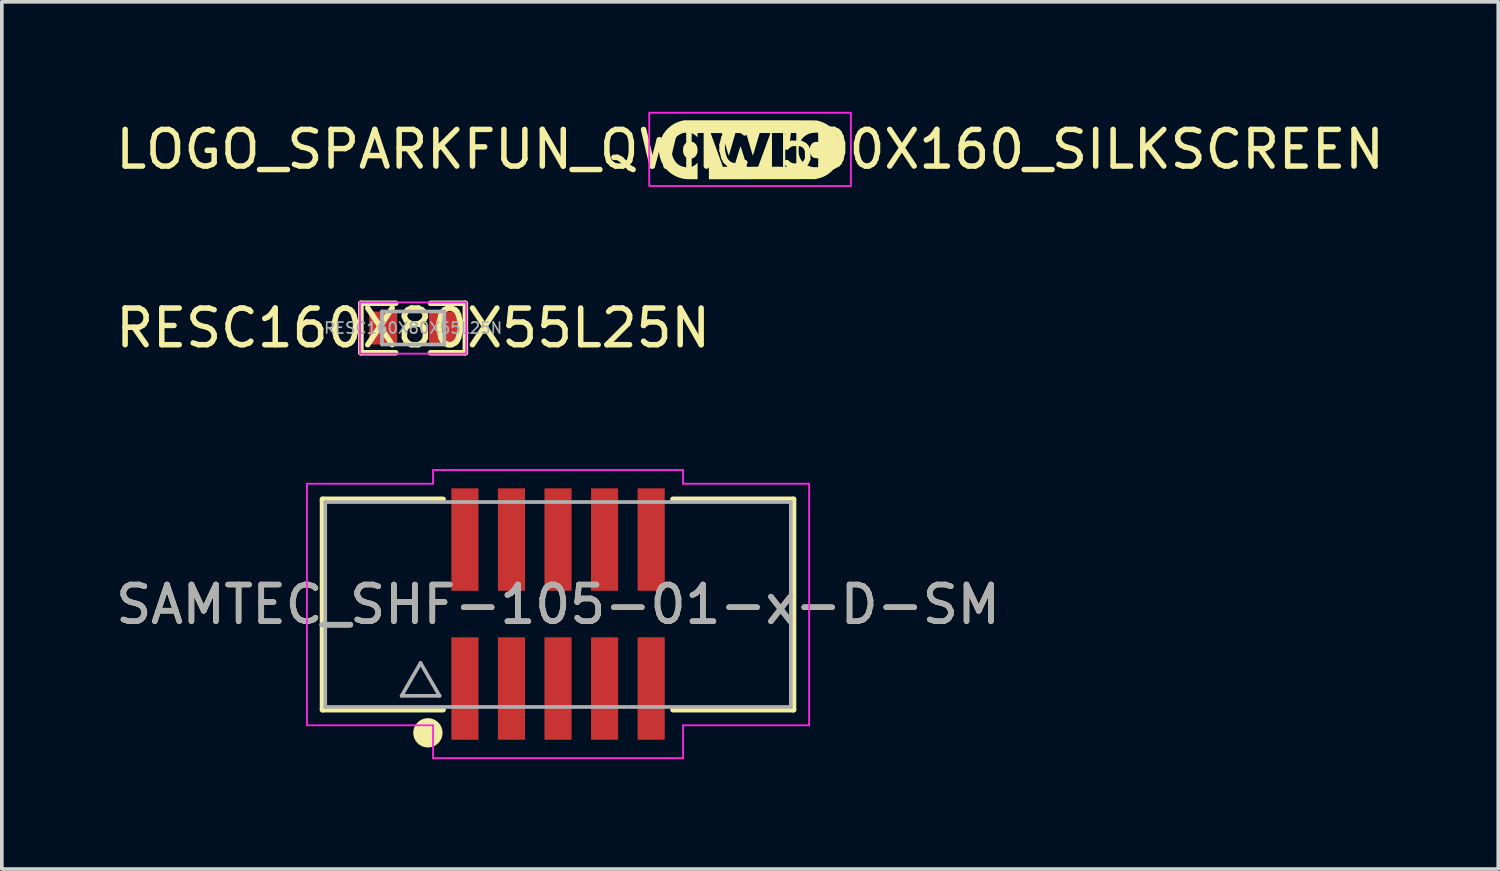
<source format=kicad_pcb>
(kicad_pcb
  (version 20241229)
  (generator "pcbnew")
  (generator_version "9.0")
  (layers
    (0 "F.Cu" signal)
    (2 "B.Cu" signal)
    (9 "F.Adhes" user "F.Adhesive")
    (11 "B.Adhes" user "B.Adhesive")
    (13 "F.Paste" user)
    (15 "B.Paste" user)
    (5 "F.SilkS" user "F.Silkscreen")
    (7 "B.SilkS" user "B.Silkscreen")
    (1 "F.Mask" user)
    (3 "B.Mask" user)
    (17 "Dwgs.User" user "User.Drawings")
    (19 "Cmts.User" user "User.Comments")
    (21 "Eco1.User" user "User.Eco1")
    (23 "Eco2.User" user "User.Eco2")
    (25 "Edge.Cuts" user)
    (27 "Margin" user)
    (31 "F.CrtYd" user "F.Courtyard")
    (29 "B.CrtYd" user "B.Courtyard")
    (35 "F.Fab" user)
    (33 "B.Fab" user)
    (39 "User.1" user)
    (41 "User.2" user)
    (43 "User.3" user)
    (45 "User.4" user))
  (footprint "SAMTEC_SHF-105-01-x-D-SM"
    (layer "F.Cu")
    (at 12.173 13.441)
    (property "Reference" "SAMTEC_SHF-105-01-x-D-SM" (at 0 0 0) (layer "F.SilkS") (effects (font (size 1 1) (thickness 0.15))))
    (attr smd)
    (fp_line (start -6.425 -2.87) (end -3.135 -2.87) (stroke (width 0.15) (type solid)) (layer "F.SilkS"))
    (fp_line (start -6.425 2.87) (end -6.425 -2.87) (stroke (width 0.15) (type solid)) (layer "F.SilkS"))
    (fp_line (start -3.135 2.87) (end -6.425 2.87) (stroke (width 0.15) (type solid)) (layer "F.SilkS"))
    (fp_line (start 3.135 -2.87) (end 6.425 -2.87) (stroke (width 0.15) (type solid)) (layer "F.SilkS"))
    (fp_line (start 6.425 -2.87) (end 6.425 2.87) (stroke (width 0.15) (type solid)) (layer "F.SilkS"))
    (fp_line (start 6.425 2.87) (end 3.135 2.87) (stroke (width 0.15) (type solid)) (layer "F.SilkS"))
    (fp_circle (center -3.55 3.5) (end -3.55 3.7) (stroke (width 0.4) (type solid)) (fill no) (layer "F.SilkS"))
    (fp_line (start -6.85 -3.295) (end -6.85 3.295) (stroke (width 0.05) (type solid)) (layer "F.CrtYd"))
    (fp_line (start -6.85 3.295) (end -3.41 3.295) (stroke (width 0.05) (type solid)) (layer "F.CrtYd"))
    (fp_line (start -3.41 -3.67) (end -3.41 -3.295) (stroke (width 0.05) (type solid)) (layer "F.CrtYd"))
    (fp_line (start -3.41 -3.295) (end -6.85 -3.295) (stroke (width 0.05) (type solid)) (layer "F.CrtYd"))
    (fp_line (start -3.41 3.295) (end -3.41 4.19) (stroke (width 0.05) (type solid)) (layer "F.CrtYd"))
    (fp_line (start -3.41 4.19) (end 3.41 4.19) (stroke (width 0.05) (type solid)) (layer "F.CrtYd"))
    (fp_line (start 3.41 -3.67) (end -3.41 -3.67) (stroke (width 0.05) (type solid)) (layer "F.CrtYd"))
    (fp_line (start 3.41 -3.295) (end 3.41 -3.67) (stroke (width 0.05) (type solid)) (layer "F.CrtYd"))
    (fp_line (start 3.41 3.295) (end 6.85 3.295) (stroke (width 0.05) (type solid)) (layer "F.CrtYd"))
    (fp_line (start 3.41 4.19) (end 3.41 3.295) (stroke (width 0.05) (type solid)) (layer "F.CrtYd"))
    (fp_line (start 6.85 -3.295) (end 3.41 -3.295) (stroke (width 0.05) (type solid)) (layer "F.CrtYd"))
    (fp_line (start 6.85 3.295) (end 6.85 -3.295) (stroke (width 0.05) (type solid)) (layer "F.CrtYd"))
    (fp_line (start -6.35 -2.795) (end 6.35 -2.795) (stroke (width 0.1) (type solid)) (layer "F.Fab"))
    (fp_line (start -6.35 2.795) (end -6.35 -2.795) (stroke (width 0.1) (type solid)) (layer "F.Fab"))
    (fp_line (start -4.268 2.491) (end -3.232 2.491) (stroke (width 0.1) (type solid)) (layer "F.Fab"))
    (fp_line (start -3.75 1.595) (end -4.268 2.491) (stroke (width 0.1) (type solid)) (layer "F.Fab"))
    (fp_line (start -3.232 2.491) (end -3.75 1.595) (stroke (width 0.1) (type solid)) (layer "F.Fab"))
    (fp_line (start 6.35 -2.795) (end 6.35 2.795) (stroke (width 0.1) (type solid)) (layer "F.Fab"))
    (fp_line (start 6.35 2.795) (end -6.35 2.795) (stroke (width 0.1) (type solid)) (layer "F.Fab"))
    (fp_text user "${REFERENCE}" (at 0 0 0) (layer "F.Fab") (effects (font (size 1 1) (thickness 0.15))))
    (pad "1" smd rect (at -2.54 2.292) (size 0.74 2.795) (layers "F.Cu" "F.Mask" "F.Paste"))
    (pad "2" smd rect (at -2.54 -1.772) (size 0.74 2.795) (layers "F.Cu" "F.Mask" "F.Paste"))
    (pad "3" smd rect (at -1.27 2.292) (size 0.74 2.795) (layers "F.Cu" "F.Mask" "F.Paste"))
    (pad "4" smd rect (at -1.27 -1.772) (size 0.74 2.795) (layers "F.Cu" "F.Mask" "F.Paste"))
    (pad "5" smd rect (at 0 2.292) (size 0.74 2.795) (layers "F.Cu" "F.Mask" "F.Paste"))
    (pad "6" smd rect (at 0 -1.772) (size 0.74 2.795) (layers "F.Cu" "F.Mask" "F.Paste"))
    (pad "7" smd rect (at 1.27 2.292) (size 0.74 2.795) (layers "F.Cu" "F.Mask" "F.Paste"))
    (pad "8" smd rect (at 1.27 -1.772) (size 0.74 2.795) (layers "F.Cu" "F.Mask" "F.Paste"))
    (pad "9" smd rect (at 2.54 2.292) (size 0.74 2.795) (layers "F.Cu" "F.Mask" "F.Paste"))
    (pad "10" smd rect (at 2.54 -1.772) (size 0.74 2.795) (layers "F.Cu" "F.Mask" "F.Paste")))
  (footprint "LOGO_SPARKFUN_QWIIC_500X160_SILKSCREEN"
    (layer "F.Cu")
    (at 17.411 1.025)
    (property "Reference" "LOGO_SPARKFUN_QWIIC_500X160_SILKSCREEN" (at 0 0 0) (layer "F.SilkS") (effects (font (size 1 1) (thickness 0.15))))
    (attr exclude_from_pos_files exclude_from_bom)
    (fp_poly (pts (xy -1.586 -0.207) (xy -1.547 -0.195) (xy -1.513 -0.172) (xy -1.503 -0.165) (xy -1.472 -0.13) (xy -1.45 -0.091) (xy -1.437 -0.045) (xy -1.432 0.008) (xy -1.433 0.041) (xy -1.435 0.07) (xy -1.438 0.091) (xy -1.443 0.11) (xy -1.453 0.131) (xy -1.459 0.144) (xy -1.485 0.185) (xy -1.516 0.216) (xy -1.553 0.236) (xy -1.598 0.248) (xy -1.621 0.251) (xy -1.646 0.251) (xy -1.672 0.248) (xy -1.679 0.246) (xy -1.725 0.227) (xy -1.763 0.2) (xy -1.793 0.164) (xy -1.814 0.12) (xy -1.826 0.068) (xy -1.828 0.039) (xy -1.828 -0.019) (xy -1.818 -0.069) (xy -1.8 -0.113) (xy -1.772 -0.151) (xy -1.756 -0.166) (xy -1.722 -0.191) (xy -1.684 -0.205) (xy -1.64 -0.211) (xy -1.631 -0.211)) (stroke (width 0) (type solid)) (fill yes) (layer "F.SilkS"))
    (fp_poly (pts (xy 0.172 -0.794) (xy 0.335 -0.794) (xy 0.487 -0.794) (xy 0.628 -0.794) (xy 0.758 -0.794) (xy 0.879 -0.794) (xy 0.99 -0.794) (xy 1.092 -0.794) (xy 1.185 -0.794) (xy 1.27 -0.794) (xy 1.347 -0.793) (xy 1.416 -0.793) (xy 1.478 -0.793) (xy 1.534 -0.793) (xy 1.583 -0.792) (xy 1.626 -0.792) (xy 1.664 -0.792) (xy 1.697 -0.791) (xy 1.725 -0.791) (xy 1.75 -0.79) (xy 1.77 -0.79) (xy 1.787 -0.789) (xy 1.801 -0.788) (xy 1.812 -0.787) (xy 1.821 -0.787) (xy 1.829 -0.786) (xy 1.835 -0.785) (xy 1.841 -0.784) (xy 1.845 -0.783) (xy 1.943 -0.754) (xy 2.035 -0.715) (xy 2.12 -0.667) (xy 2.197 -0.61) (xy 2.267 -0.543) (xy 2.329 -0.468) (xy 2.381 -0.385) (xy 2.393 -0.363) (xy 2.431 -0.28) (xy 2.458 -0.196) (xy 2.475 -0.11) (xy 2.482 -0.019) (xy 2.482 0.006) (xy 2.477 0.106) (xy 2.46 0.201) (xy 2.433 0.292) (xy 2.394 0.378) (xy 2.345 0.459) (xy 2.284 0.536) (xy 2.258 0.565) (xy 2.189 0.629) (xy 2.117 0.683) (xy 2.04 0.728) (xy 1.956 0.764) (xy 1.864 0.792) (xy 1.837 0.798) (xy 1.778 0.812) (xy 0.328 0.814) (xy -1.123 0.816) (xy -1.123 0.184) (xy -1.123 -0.444) (xy -1.074 -0.444) (xy -0.907 0.017) (xy -0.74 0.477) (xy -0.588 0.477) (xy -0.437 0.477) (xy -0.35 0.198) (xy -0.333 0.142) (xy -0.317 0.09) (xy -0.302 0.042) (xy -0.289 0.000464) (xy -0.277 -0.034) (xy -0.269 -0.061) (xy -0.263 -0.079) (xy -0.26 -0.086) (xy -0.26 -0.086) (xy -0.257 -0.081) (xy -0.252 -0.066) (xy -0.243 -0.042) (xy -0.232 -0.009) (xy -0.219 0.031) (xy -0.205 0.077) (xy -0.189 0.129) (xy -0.171 0.184) (xy -0.169 0.193) (xy -0.082 0.477) (xy 0.069 0.477) (xy 0.22 0.477) (xy 0.388 0.019) (xy 0.414 -0.052) (xy 0.439 -0.12) (xy 0.462 -0.184) (xy 0.483 -0.242) (xy 0.503 -0.295) (xy 0.519 -0.341) (xy 0.533 -0.38) (xy 0.544 -0.41) (xy 0.551 -0.431) (xy 0.555 -0.442) (xy 0.556 -0.443) (xy 0.55 -0.444) (xy 0.534 -0.445) (xy 0.509 -0.446) (xy 0.476 -0.446) (xy 0.439 -0.447) (xy 0.409 -0.447) (xy 0.598 -0.447) (xy 0.598 0.015) (xy 0.598 0.477) (xy 0.749 0.477) (xy 0.9 0.477) (xy 0.9 0.015) (xy 0.9 -0.447) (xy 0.96 -0.447) (xy 0.96 0.015) (xy 0.96 0.477) (xy 1.111 0.477) (xy 1.262 0.477) (xy 1.262 0.018) (xy 1.326 0.018) (xy 1.326 0.066) (xy 1.328 0.106) (xy 1.333 0.139) (xy 1.34 0.17) (xy 1.351 0.2) (xy 1.365 0.234) (xy 1.374 0.253) (xy 1.41 0.311) (xy 1.455 0.363) (xy 1.508 0.405) (xy 1.549 0.43) (xy 1.605 0.455) (xy 1.658 0.473) (xy 1.712 0.483) (xy 1.772 0.487) (xy 1.8 0.487) (xy 1.857 0.486) (xy 1.859 0.365) (xy 1.86 0.243) (xy 1.807 0.24) (xy 1.764 0.235) (xy 1.729 0.224) (xy 1.7 0.205) (xy 1.682 0.186) (xy 1.657 0.148) (xy 1.639 0.103) (xy 1.629 0.055) (xy 1.626 0.006) (xy 1.632 -0.042) (xy 1.645 -0.088) (xy 1.665 -0.128) (xy 1.693 -0.161) (xy 1.722 -0.184) (xy 1.752 -0.197) (xy 1.787 -0.204) (xy 1.813 -0.205) (xy 1.86 -0.205) (xy 1.859 -0.331) (xy 1.857 -0.456) (xy 1.782 -0.455) (xy 1.721 -0.452) (xy 1.669 -0.444) (xy 1.619 -0.43) (xy 1.569 -0.409) (xy 1.558 -0.403) (xy 1.51 -0.374) (xy 1.463 -0.335) (xy 1.421 -0.291) (xy 1.388 -0.243) (xy 1.378 -0.226) (xy 1.359 -0.187) (xy 1.345 -0.151) (xy 1.336 -0.115) (xy 1.33 -0.076) (xy 1.326 -0.032) (xy 1.326 0.018) (xy 1.262 0.018) (xy 1.262 0.015) (xy 1.262 -0.447) (xy 1.111 -0.447) (xy 0.96 -0.447) (xy 0.9 -0.447) (xy 0.749 -0.447) (xy 0.598 -0.447) (xy 0.409 -0.447) (xy 0.262 -0.447) (xy 0.175 -0.152) (xy 0.158 -0.095) (xy 0.142 -0.04) (xy 0.127 0.011) (xy 0.114 0.056) (xy 0.102 0.094) (xy 0.093 0.125) (xy 0.086 0.147) (xy 0.082 0.158) (xy 0.082 0.16) (xy 0.081 0.163) (xy 0.079 0.164) (xy 0.077 0.164) (xy 0.075 0.161) (xy 0.072 0.155) (xy 0.068 0.145) (xy 0.063 0.13) (xy 0.056 0.11) (xy 0.048 0.083) (xy 0.038 0.05) (xy 0.026 0.01) (xy 0.012 -0.038) (xy -0.005 -0.096) (xy -0.024 -0.162) (xy -0.047 -0.239) (xy -0.072 -0.327) (xy -0.077 -0.344) (xy -0.106 -0.444) (xy -0.252 -0.445) (xy -0.398 -0.447) (xy -0.413 -0.397) (xy -0.418 -0.381) (xy -0.425 -0.354) (xy -0.436 -0.319) (xy -0.448 -0.277) (xy -0.462 -0.229) (xy -0.477 -0.176) (xy -0.493 -0.122) (xy -0.502 -0.091) (xy -0.517 -0.037) (xy -0.532 0.013) (xy -0.545 0.058) (xy -0.557 0.097) (xy -0.566 0.129) (xy -0.573 0.153) (xy -0.578 0.167) (xy -0.579 0.171) (xy -0.582 0.166) (xy -0.587 0.151) (xy -0.595 0.126) (xy -0.606 0.093) (xy -0.619 0.052) (xy -0.633 0.005) (xy -0.649 -0.047) (xy -0.665 -0.104) (xy -0.673 -0.129) (xy -0.69 -0.188) (xy -0.707 -0.243) (xy -0.722 -0.293) (xy -0.735 -0.338) (xy -0.747 -0.376) (xy -0.756 -0.406) (xy -0.762 -0.428) (xy -0.766 -0.439) (xy -0.767 -0.44) (xy -0.773 -0.443) (xy -0.79 -0.444) (xy -0.817 -0.445) (xy -0.855 -0.446) (xy -0.904 -0.446) (xy -0.922 -0.445) (xy -1.074 -0.444) (xy -1.123 -0.444) (xy -1.123 -0.447) (xy -1.277 -0.447) (xy -1.431 -0.447) (xy -1.431 -0.388) (xy -1.431 -0.33) (xy -1.463 -0.36) (xy -1.51 -0.399) (xy -1.562 -0.429) (xy -1.594 -0.441) (xy -1.625 -0.449) (xy -1.665 -0.454) (xy -1.708 -0.456) (xy -1.752 -0.455) (xy -1.794 -0.452) (xy -1.828 -0.445) (xy -1.829 -0.445) (xy -1.895 -0.42) (xy -1.954 -0.386) (xy -2.007 -0.342) (xy -2.051 -0.289) (xy -2.085 -0.233) (xy -2.108 -0.177) (xy -2.124 -0.113) (xy -2.134 -0.046) (xy -2.137 0.023) (xy -2.133 0.074) (xy -2.127 0.123) (xy -2.119 0.163) (xy -2.108 0.2) (xy -2.093 0.237) (xy -2.079 0.266) (xy -2.045 0.323) (xy -2.003 0.373) (xy -1.954 0.415) (xy -1.902 0.446) (xy -1.836 0.471) (xy -1.767 0.485) (xy -1.705 0.489) (xy -1.638 0.484) (xy -1.578 0.468) (xy -1.523 0.442) (xy -1.475 0.406) (xy -1.467 0.399) (xy -1.431 0.364) (xy -1.431 0.589) (xy -1.431 0.815) (xy -1.578 0.814) (xy -1.62 0.814) (xy -1.66 0.813) (xy -1.694 0.813) (xy -1.722 0.812) (xy -1.742 0.811) (xy -1.748 0.811) (xy -1.843 0.797) (xy -1.935 0.771) (xy -2.023 0.735) (xy -2.106 0.69) (xy -2.182 0.636) (xy -2.252 0.574) (xy -2.315 0.504) (xy -2.368 0.427) (xy -2.412 0.344) (xy -2.429 0.305) (xy -2.458 0.214) (xy -2.477 0.121) (xy -2.486 0.029) (xy -2.483 -0.06) (xy -2.468 -0.16) (xy -2.442 -0.255) (xy -2.406 -0.343) (xy -2.359 -0.427) (xy -2.301 -0.505) (xy -2.236 -0.575) (xy -2.162 -0.638) (xy -2.084 -0.691) (xy -1.999 -0.733) (xy -1.907 -0.767) (xy -1.868 -0.778) (xy -1.803 -0.794) (xy -0.003 -0.794)) (stroke (width 0) (type solid)) (fill yes) (layer "F.SilkS"))
    (fp_rect (start -2.75 -1) (end 2.75 1) (stroke (width 0.05) (type default)) (fill no) (layer "F.CrtYd")))
  (footprint "RESC160X80X55L25N"
    (layer "F.Cu")
    (at 8.22 5.898)
    (property "Reference" "RESC160X80X55L25N" (at 0 0 0) (layer "F.SilkS") (effects (font (size 1 1) (thickness 0.15))))
    (attr smd)
    (fp_line (start -1.425 -0.675) (end -0.475 -0.675) (stroke (width 0.15) (type solid)) (layer "F.SilkS"))
    (fp_line (start -1.425 0.675) (end -1.425 -0.675) (stroke (width 0.15) (type solid)) (layer "F.SilkS"))
    (fp_line (start -0.475 0.675) (end -1.425 0.675) (stroke (width 0.15) (type solid)) (layer "F.SilkS"))
    (fp_line (start 0.475 0.675) (end 1.425 0.675) (stroke (width 0.15) (type solid)) (layer "F.SilkS"))
    (fp_line (start 1.425 -0.675) (end 0.475 -0.675) (stroke (width 0.15) (type solid)) (layer "F.SilkS"))
    (fp_line (start 1.425 0.675) (end 1.425 -0.675) (stroke (width 0.15) (type solid)) (layer "F.SilkS"))
    (fp_line (start -1.45 -0.7) (end 1.45 -0.7) (stroke (width 0.05) (type solid)) (layer "F.CrtYd"))
    (fp_line (start -1.45 0.7) (end -1.45 -0.7) (stroke (width 0.05) (type solid)) (layer "F.CrtYd"))
    (fp_line (start 1.45 -0.7) (end 1.45 0.7) (stroke (width 0.05) (type solid)) (layer "F.CrtYd"))
    (fp_line (start 1.45 0.7) (end -1.45 0.7) (stroke (width 0.05) (type solid)) (layer "F.CrtYd"))
    (fp_line (start -0.85 -0.45) (end 0.85 -0.45) (stroke (width 0.1) (type solid)) (layer "F.Fab"))
    (fp_line (start -0.85 0.45) (end -0.85 -0.45) (stroke (width 0.1) (type solid)) (layer "F.Fab"))
    (fp_line (start 0.85 -0.45) (end 0.85 0.45) (stroke (width 0.1) (type solid)) (layer "F.Fab"))
    (fp_line (start 0.85 0.45) (end -0.85 0.45) (stroke (width 0.1) (type solid)) (layer "F.Fab"))
    (fp_text user "${REFERENCE}" (at 0 0 0) (layer "F.Fab") (effects (font (size 0.3 0.3) (thickness 0.045))))
    (pad "1" smd roundrect (at -0.816 0) (size 0.767 0.9) (layers "F.Cu" "F.Mask" "F.Paste") (roundrect_rratio 0.13))
    (pad "2" smd roundrect (at 0.816 0) (size 0.767 0.9) (layers "F.Cu" "F.Mask" "F.Paste") (roundrect_rratio 0.13)))
  (gr_rect
    (start -3 -3)
    (end 37.821 20.657)
    (stroke (width 0.1) (type default))
    (fill no)
    (layer "Edge.Cuts")))
</source>
